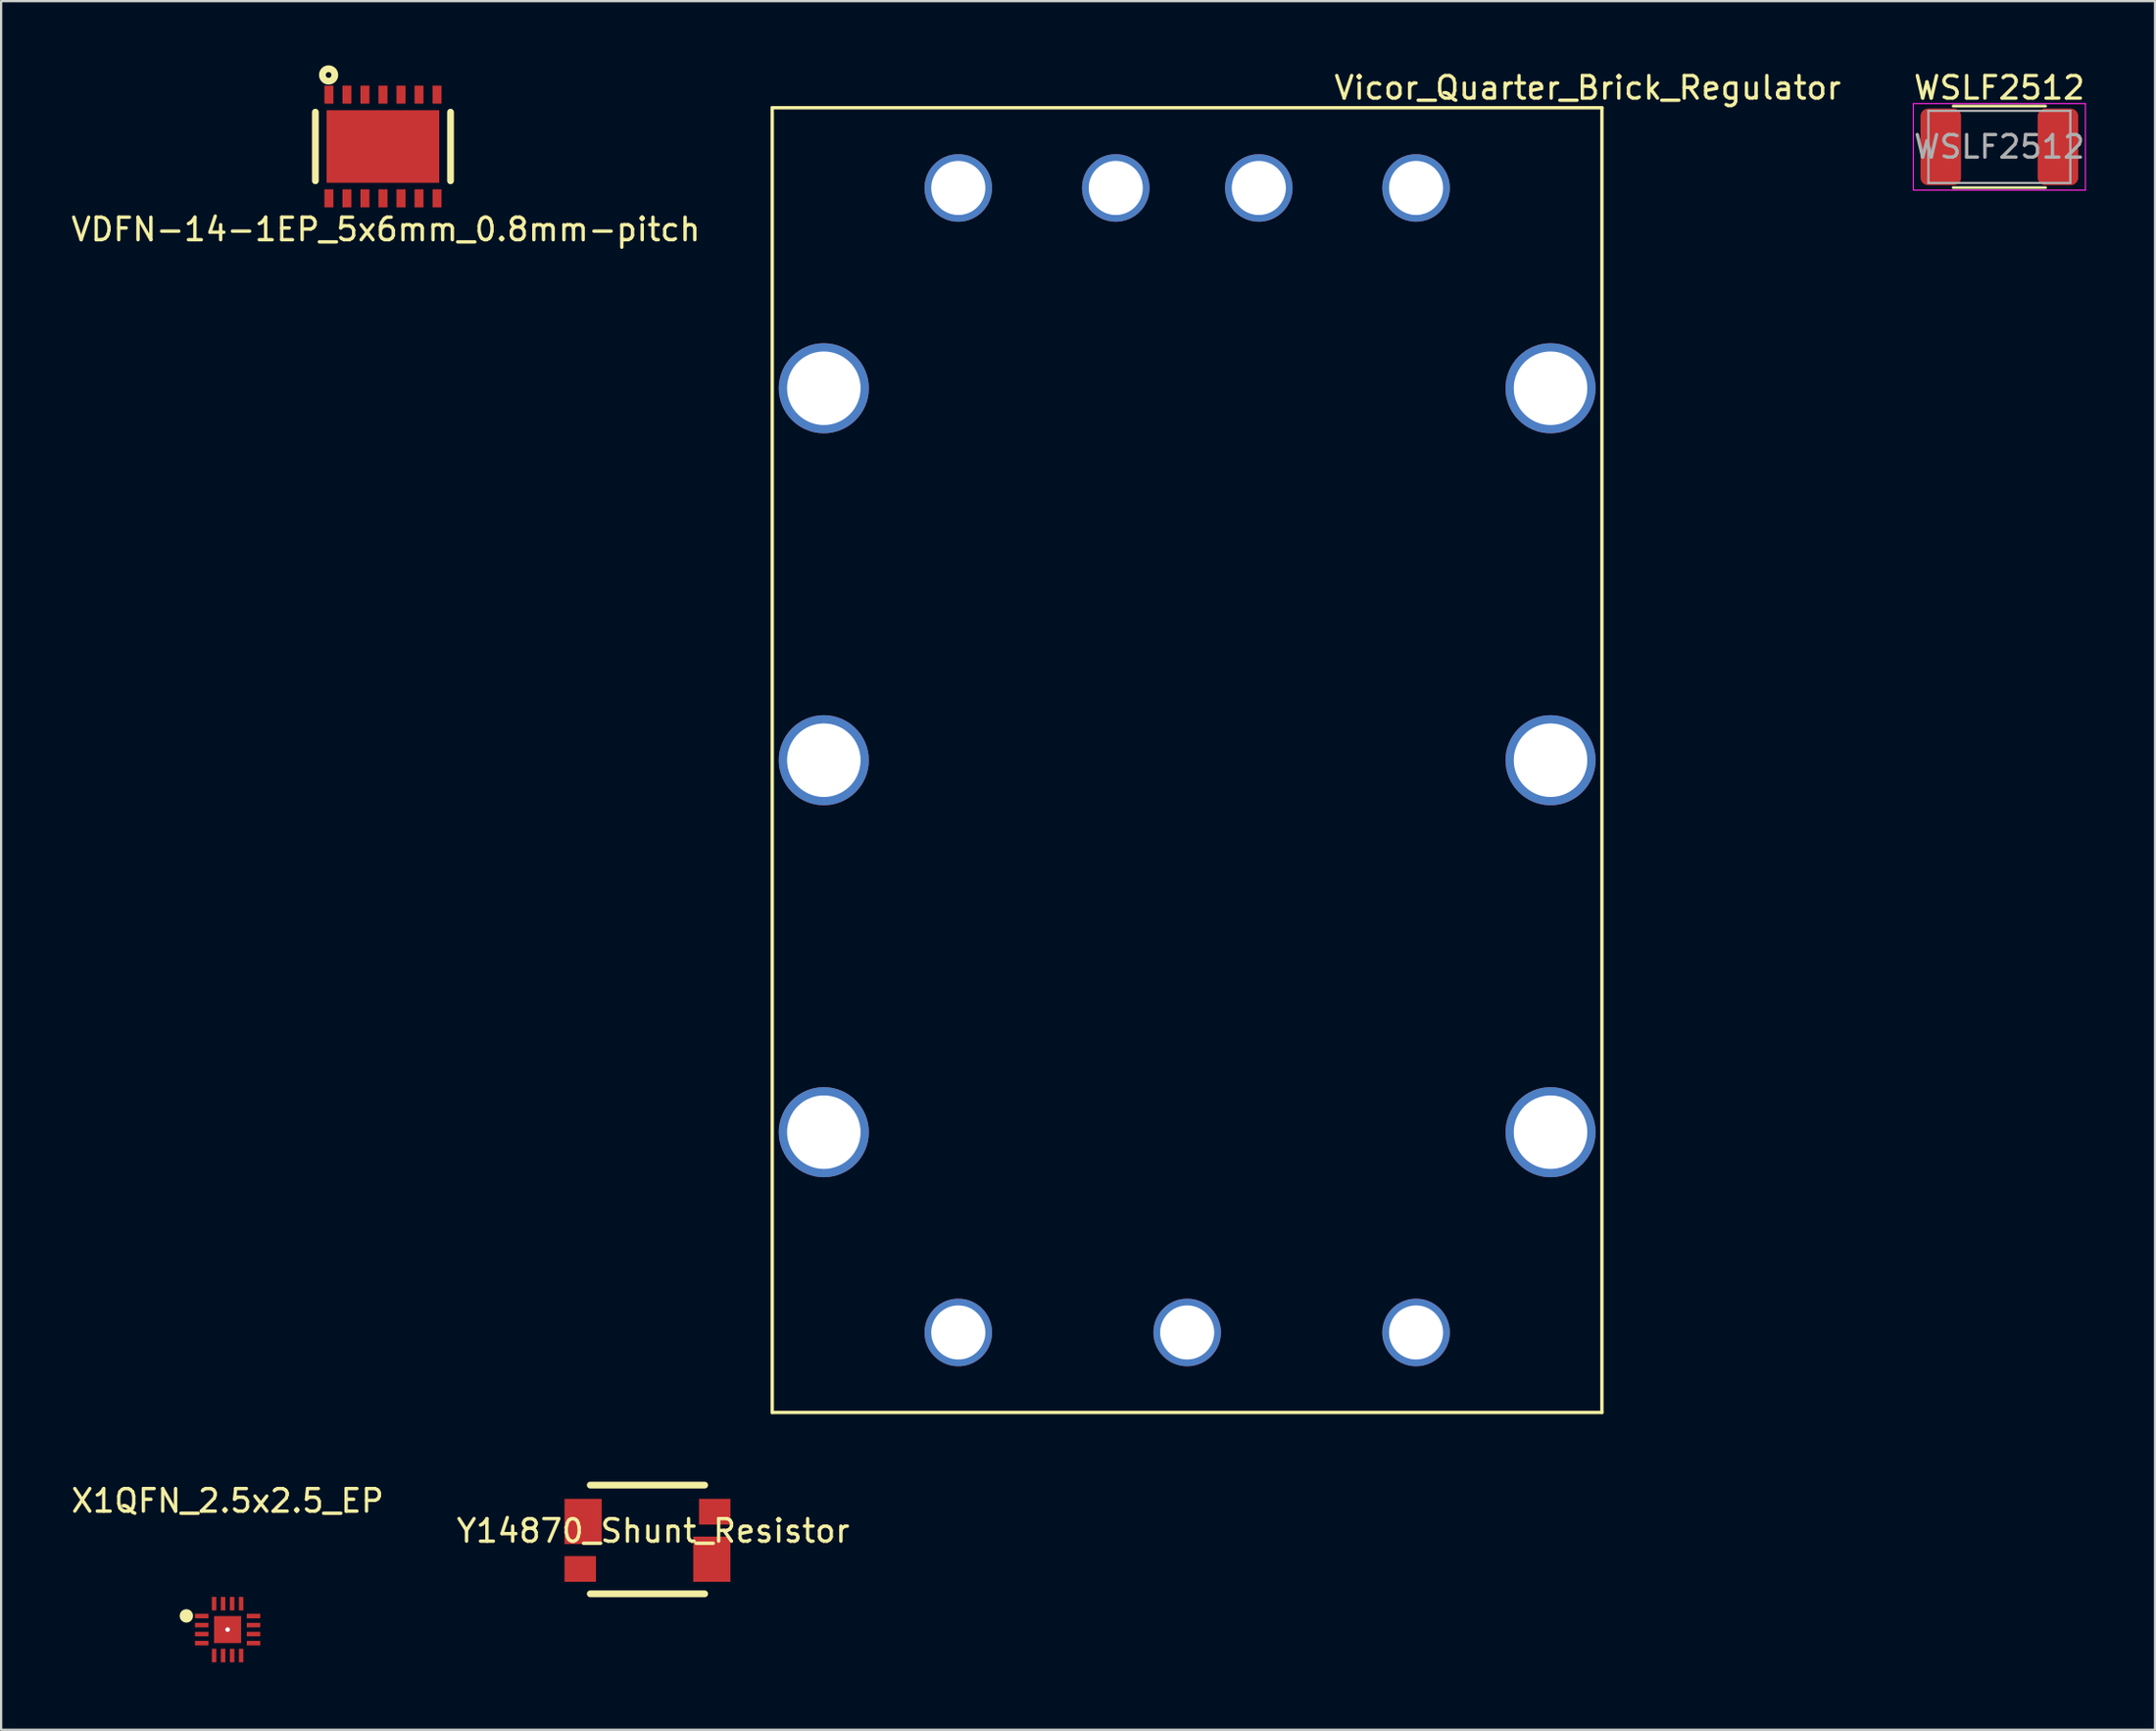
<source format=kicad_pcb>
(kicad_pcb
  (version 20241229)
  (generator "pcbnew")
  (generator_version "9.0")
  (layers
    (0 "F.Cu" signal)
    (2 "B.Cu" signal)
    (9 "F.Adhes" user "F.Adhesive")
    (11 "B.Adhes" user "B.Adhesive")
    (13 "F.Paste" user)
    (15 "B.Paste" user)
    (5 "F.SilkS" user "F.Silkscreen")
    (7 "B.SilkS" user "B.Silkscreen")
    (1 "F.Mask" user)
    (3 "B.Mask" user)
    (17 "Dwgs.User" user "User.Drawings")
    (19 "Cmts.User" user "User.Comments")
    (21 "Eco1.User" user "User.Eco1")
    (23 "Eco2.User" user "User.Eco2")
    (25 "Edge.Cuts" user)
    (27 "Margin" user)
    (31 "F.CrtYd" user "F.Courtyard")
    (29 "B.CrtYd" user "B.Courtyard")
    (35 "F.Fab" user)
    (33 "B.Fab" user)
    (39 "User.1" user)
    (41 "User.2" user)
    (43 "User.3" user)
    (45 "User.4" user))
  (footprint "Y14870_Shunt_Resistor"
    (layer "F.Cu")
    (at 25.692 64.9)
    (property "Reference" "Y14870_Shunt_Resistor" (at 0.254 0 0) (layer "F.SilkS") (effects (font (size 1 1) (thickness 0.15))))
    (attr through_hole)
    (fp_line (start 2.54 -2.032) (end -2.54 -2.032) (stroke (width 0.3) (type solid)) (layer "F.SilkS"))
    (fp_line (start 2.54 2.794) (end -2.54 2.794) (stroke (width 0.3) (type solid)) (layer "F.SilkS"))
    (pad "1" smd rect (at 2.857 1.257) (size 1.651 2.007) (layers "F.Cu" "F.Mask" "F.Paste"))
    (pad "2" smd rect (at 2.985 -0.851) (size 1.397 1.143) (layers "F.Cu" "F.Mask" "F.Paste"))
    (pad "3" smd rect (at -2.985 1.689) (size 1.397 1.143) (layers "F.Cu" "F.Mask" "F.Paste"))
    (pad "4" smd rect (at -2.857 -0.419) (size 1.651 2.007) (layers "F.Cu" "F.Mask" "F.Paste")))
  (footprint "VDFN-14-1EP_5x6mm_0.8mm-pitch"
    (layer "F.Cu")
    (at 13.95 3.452)
    (property "Reference" "VDFN-14-1EP_5x6mm_0.8mm-pitch" (at 0.127 3.683 0) (layer "F.SilkS") (effects (font (size 1 1) (thickness 0.15))))
    (attr through_hole)
    (fp_line (start -3 -1.524) (end -3 1.524) (stroke (width 0.3) (type solid)) (layer "F.SilkS"))
    (fp_line (start 3 -1.524) (end 3 1.524) (stroke (width 0.3) (type solid)) (layer "F.SilkS"))
    (fp_circle (center -2.413 -3.175) (end -2.413 -3.048) (stroke (width 0.3) (type solid)) (fill no) (layer "F.SilkS"))
    (pad "1" smd rect (at -2.4 -2.3) (size 0.4 0.8) (layers "F.Cu" "F.Mask" "F.Paste"))
    (pad "2" smd rect (at -1.6 -2.3) (size 0.4 0.8) (layers "F.Cu" "F.Mask" "F.Paste"))
    (pad "3" smd rect (at -0.8 -2.3) (size 0.4 0.8) (layers "F.Cu" "F.Mask" "F.Paste"))
    (pad "4" smd rect (at 0 -2.3) (size 0.4 0.8) (layers "F.Cu" "F.Mask" "F.Paste"))
    (pad "5" smd rect (at 0.8 -2.3) (size 0.4 0.8) (layers "F.Cu" "F.Mask" "F.Paste"))
    (pad "6" smd rect (at 1.6 -2.3) (size 0.4 0.8) (layers "F.Cu" "F.Mask" "F.Paste"))
    (pad "7" smd rect (at 2.4 -2.3) (size 0.4 0.8) (layers "F.Cu" "F.Mask" "F.Paste"))
    (pad "8" smd rect (at 2.4 2.3) (size 0.4 0.8) (layers "F.Cu" "F.Mask" "F.Paste"))
    (pad "9" smd rect (at 1.6 2.3) (size 0.4 0.8) (layers "F.Cu" "F.Mask" "F.Paste"))
    (pad "10" smd rect (at 0.8 2.3) (size 0.4 0.8) (layers "F.Cu" "F.Mask" "F.Paste"))
    (pad "11" smd rect (at 0 2.3) (size 0.4 0.8) (layers "F.Cu" "F.Mask" "F.Paste"))
    (pad "12" smd rect (at -0.8 2.3) (size 0.4 0.8) (layers "F.Cu" "F.Mask" "F.Paste"))
    (pad "13" smd rect (at -1.6 2.3) (size 0.4 0.8) (layers "F.Cu" "F.Mask" "F.Paste"))
    (pad "14" smd rect (at -2.4 2.3) (size 0.4 0.8) (layers "F.Cu" "F.Mask" "F.Paste"))
    (pad "EP" smd rect (at 0 0) (size 5 3.2) (layers "F.Cu" "F.Mask" "F.Paste"))
    (pad "EP" smd rect (at 0 0) (size 5 3.2) (layers "F.Cu" "F.Mask" "F.Paste")))
  (footprint "WSLF2512"
    (layer "F.Cu")
    (at 85.704 3.468)
    (property "Reference" "WSLF2512" (at 0 -2.62 0) (layer "F.SilkS") (effects (font (size 1 1) (thickness 0.15))))
    (attr smd)
    (fp_line (start -2.052 -1.81) (end 2.052 -1.81) (stroke (width 0.12) (type solid)) (layer "F.SilkS"))
    (fp_line (start -2.052 1.81) (end 2.052 1.81) (stroke (width 0.12) (type solid)) (layer "F.SilkS"))
    (fp_line (start -3.82 -1.92) (end 3.82 -1.92) (stroke (width 0.05) (type solid)) (layer "F.CrtYd"))
    (fp_line (start -3.82 1.92) (end -3.82 -1.92) (stroke (width 0.05) (type solid)) (layer "F.CrtYd"))
    (fp_line (start 3.82 -1.92) (end 3.82 1.92) (stroke (width 0.05) (type solid)) (layer "F.CrtYd"))
    (fp_line (start 3.82 1.92) (end -3.82 1.92) (stroke (width 0.05) (type solid)) (layer "F.CrtYd"))
    (fp_line (start -3.15 -1.6) (end 3.15 -1.6) (stroke (width 0.1) (type solid)) (layer "F.Fab"))
    (fp_line (start -3.15 1.6) (end -3.15 -1.6) (stroke (width 0.1) (type solid)) (layer "F.Fab"))
    (fp_line (start 3.15 -1.6) (end 3.15 1.6) (stroke (width 0.1) (type solid)) (layer "F.Fab"))
    (fp_line (start 3.15 1.6) (end -3.15 1.6) (stroke (width 0.1) (type solid)) (layer "F.Fab"))
    (fp_text user "${REFERENCE}" (at 0 0 0) (layer "F.Fab") (effects (font (size 1 1) (thickness 0.15))))
    (pad "1" smd roundrect (at -2.6 0) (size 1.8 3.4) (layers "F.Cu" "F.Mask" "F.Paste") (roundrect_rratio 0.185))
    (pad "2" smd roundrect (at 2.6 0) (size 1.8 3.4) (layers "F.Cu" "F.Mask" "F.Paste") (roundrect_rratio 0.185)))
  (footprint "Vicor_Quarter_Brick_Regulator"
    (layer "F.Cu")
    (at 39.49 5.293)
    (property "Reference" "Vicor_Quarter_Brick_Regulator" (at 27.94 -4.445 0) (layer "F.SilkS") (effects (font (size 1 1) (thickness 0.15))))
    (attr through_hole)
    (fp_line (start -8.26 -3.56) (end 28.57 -3.56) (stroke (width 0.15) (type solid)) (layer "F.SilkS"))
    (fp_line (start -8.26 54.35) (end -8.26 -3.56) (stroke (width 0.15) (type solid)) (layer "F.SilkS"))
    (fp_line (start 28.57 -3.56) (end 28.57 54.35) (stroke (width 0.15) (type solid)) (layer "F.SilkS"))
    (fp_line (start 28.57 54.35) (end -8.26 54.35) (stroke (width 0.15) (type solid)) (layer "F.SilkS"))
    (pad "1" thru_hole circle (at 20.32 0) (size 3 3) (drill 2.4) (layers "*.Cu" "*.Mask"))
    (pad "2" thru_hole circle (at 13.34 0) (size 3 3) (drill 2.4) (layers "*.Cu" "*.Mask"))
    (pad "3" thru_hole circle (at 6.99 0) (size 3 3) (drill 2.4) (layers "*.Cu" "*.Mask"))
    (pad "4" thru_hole circle (at 0 0) (size 3 3) (drill 2.4) (layers "*.Cu" "*.Mask"))
    (pad "5" thru_hole circle (at 0 50.8) (size 3 3) (drill 2.4) (layers "*.Cu" "*.Mask"))
    (pad "6" thru_hole circle (at 10.16 50.8) (size 3 3) (drill 2.4) (layers "*.Cu" "*.Mask"))
    (pad "7" thru_hole circle (at 20.32 50.8) (size 3 3) (drill 2.4) (layers "*.Cu" "*.Mask"))
    (pad "BP" thru_hole circle (at -5.97 8.89) (size 4 4) (drill 3.264) (layers "*.Cu" "*.Mask"))
    (pad "BP" thru_hole circle (at -5.97 25.4) (size 4 4) (drill 3.264) (layers "*.Cu" "*.Mask"))
    (pad "BP" thru_hole circle (at -5.97 41.91) (size 4 4) (drill 3.264) (layers "*.Cu" "*.Mask"))
    (pad "BP" thru_hole circle (at 26.29 8.89) (size 4 4) (drill 3.264) (layers "*.Cu" "*.Mask"))
    (pad "BP" thru_hole circle (at 26.29 25.4) (size 4 4) (drill 3.264) (layers "*.Cu" "*.Mask"))
    (pad "BP" thru_hole circle (at 26.29 41.91) (size 4 4) (drill 3.264) (layers "*.Cu" "*.Mask")))
  (footprint "X1QFN_2.5x2.5_EP"
    (layer "F.Cu")
    (at 7.054 69.281)
    (property "Reference" "X1QFN_2.5x2.5_EP" (at 0 -5.715 0) (layer "F.SilkS") (effects (font (size 1 1) (thickness 0.15))))
    (attr through_hole)
    (fp_circle (center -1.831 -0.607) (end -1.826 -0.457) (stroke (width 0.3) (type solid)) (fill no) (layer "F.SilkS"))
    (pad "" thru_hole circle (at 0 0) (size 0.2 0.2) (drill 0.2) (layers "*.Cu" "*.Mask"))
    (pad "" smd rect (at 0 0) (size 1.2 1.2) (layers "F.Cu" "F.Mask" "F.Paste"))
    (pad "1" smd rect (at -1.15 -0.6) (size 0.6 0.2) (layers "F.Cu" "F.Mask" "F.Paste"))
    (pad "2" smd rect (at -1.15 -0.2) (size 0.6 0.2) (layers "F.Cu" "F.Mask" "F.Paste"))
    (pad "3" smd rect (at -1.15 0.2) (size 0.6 0.2) (layers "F.Cu" "F.Mask" "F.Paste"))
    (pad "4" smd rect (at -1.15 0.6) (size 0.6 0.2) (layers "F.Cu" "F.Mask" "F.Paste"))
    (pad "5" smd rect (at -0.6 1.15) (size 0.2 0.6) (layers "F.Cu" "F.Mask" "F.Paste"))
    (pad "6" smd rect (at -0.2 1.15) (size 0.2 0.6) (layers "F.Cu" "F.Mask" "F.Paste"))
    (pad "7" smd rect (at 0.2 1.15) (size 0.2 0.6) (layers "F.Cu" "F.Mask" "F.Paste"))
    (pad "8" smd rect (at 0.6 1.15) (size 0.2 0.6) (layers "F.Cu" "F.Mask" "F.Paste"))
    (pad "9" smd rect (at 1.15 0.6) (size 0.6 0.2) (layers "F.Cu" "F.Mask" "F.Paste"))
    (pad "10" smd rect (at 1.15 0.2) (size 0.6 0.2) (layers "F.Cu" "F.Mask" "F.Paste"))
    (pad "11" smd rect (at 1.15 -0.2) (size 0.6 0.2) (layers "F.Cu" "F.Mask" "F.Paste"))
    (pad "12" smd rect (at 1.15 -0.6) (size 0.6 0.2) (layers "F.Cu" "F.Mask" "F.Paste"))
    (pad "13" smd rect (at 0.6 -1.15) (size 0.2 0.6) (layers "F.Cu" "F.Mask" "F.Paste"))
    (pad "14" smd rect (at 0.2 -1.15) (size 0.2 0.6) (layers "F.Cu" "F.Mask" "F.Paste"))
    (pad "15" smd rect (at -0.2 -1.15) (size 0.2 0.6) (layers "F.Cu" "F.Mask" "F.Paste"))
    (pad "16" smd rect (at -0.6 -1.15) (size 0.2 0.6) (layers "F.Cu" "F.Mask" "F.Paste")))
  (gr_rect
    (start -3 -3)
    (end 92.614 73.731)
    (stroke (width 0.1) (type default))
    (fill no)
    (layer "Edge.Cuts")))
</source>
